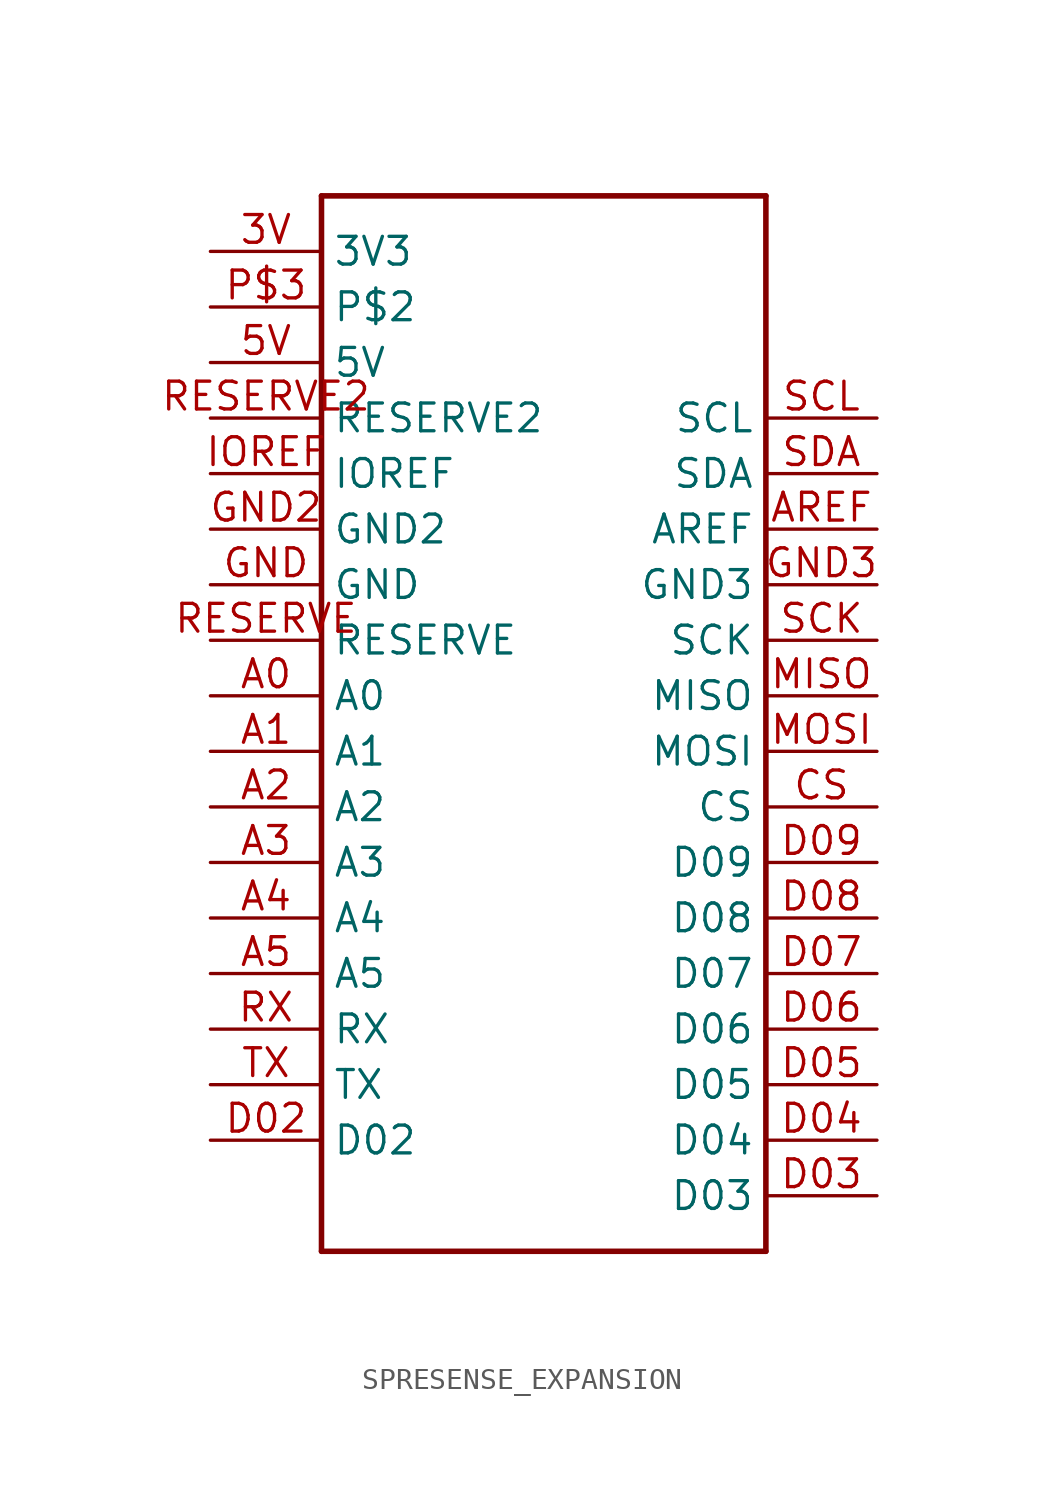
<source format=kicad_sym>
(kicad_symbol_lib
  (version 20211014)
  (generator kicad_symbol_editor)
  (symbol "SPRESENSE_EXPANSION"
    (property "Reference" ""
      (at 0 0 0)
      (effects (font (size 1.27 1.27)) hide))
    (property "ki_locked" ""
      (at 0 0 0)
      (effects (font (size 1.27 1.27))))
    (symbol "SPRESENSE_EXPANSION_1_0"
      (polyline (pts (xy -7.62 -30.48) (xy 12.7 -30.48)) (stroke (width 0.254) (type default) (color 0 0 0 0)) (fill (type none)))
      (polyline (pts (xy -7.62 17.78) (xy -7.62 -30.48)) (stroke (width 0.254) (type default) (color 0 0 0 0)) (fill (type none)))
      (polyline (pts (xy 12.7 -30.48) (xy 12.7 17.78)) (stroke (width 0.254) (type default) (color 0 0 0 0)) (fill (type none)))
      (polyline (pts (xy 12.7 17.78) (xy -7.62 17.78)) (stroke (width 0.254) (type default) (color 0 0 0 0)) (fill (type none)))
      (pin bidirectional line (at -12.7 15.24 0) (length 5.08) (name "3V3" (effects (font (size 1.27 1.27)))) (number "3V" (effects (font (size 1.27 1.27)))))
      (pin bidirectional line (at -12.7 10.16 0) (length 5.08) (name "5V" (effects (font (size 1.27 1.27)))) (number "5V" (effects (font (size 1.27 1.27)))))
      (pin bidirectional line (at -12.7 -5.08 0) (length 5.08) (name "A0" (effects (font (size 1.27 1.27)))) (number "A0" (effects (font (size 1.27 1.27)))))
      (pin bidirectional line (at -12.7 -7.62 0) (length 5.08) (name "A1" (effects (font (size 1.27 1.27)))) (number "A1" (effects (font (size 1.27 1.27)))))
      (pin bidirectional line (at -12.7 -10.16 0) (length 5.08) (name "A2" (effects (font (size 1.27 1.27)))) (number "A2" (effects (font (size 1.27 1.27)))))
      (pin bidirectional line (at -12.7 -12.7 0) (length 5.08) (name "A3" (effects (font (size 1.27 1.27)))) (number "A3" (effects (font (size 1.27 1.27)))))
      (pin bidirectional line (at -12.7 -15.24 0) (length 5.08) (name "A4" (effects (font (size 1.27 1.27)))) (number "A4" (effects (font (size 1.27 1.27)))))
      (pin bidirectional line (at -12.7 -17.78 0) (length 5.08) (name "A5" (effects (font (size 1.27 1.27)))) (number "A5" (effects (font (size 1.27 1.27)))))
      (pin bidirectional line (at 17.78 2.54 180) (length 5.08) (name "AREF" (effects (font (size 1.27 1.27)))) (number "AREF" (effects (font (size 1.27 1.27)))))
      (pin bidirectional line (at 17.78 -10.16 180) (length 5.08) (name "CS" (effects (font (size 1.27 1.27)))) (number "CS" (effects (font (size 1.27 1.27)))))
      (pin bidirectional line (at -12.7 -25.4 0) (length 5.08) (name "D02" (effects (font (size 1.27 1.27)))) (number "D02" (effects (font (size 1.27 1.27)))))
      (pin bidirectional line (at 17.78 -27.94 180) (length 5.08) (name "D03" (effects (font (size 1.27 1.27)))) (number "D03" (effects (font (size 1.27 1.27)))))
      (pin bidirectional line (at 17.78 -25.4 180) (length 5.08) (name "D04" (effects (font (size 1.27 1.27)))) (number "D04" (effects (font (size 1.27 1.27)))))
      (pin bidirectional line (at 17.78 -22.86 180) (length 5.08) (name "D05" (effects (font (size 1.27 1.27)))) (number "D05" (effects (font (size 1.27 1.27)))))
      (pin bidirectional line (at 17.78 -20.32 180) (length 5.08) (name "D06" (effects (font (size 1.27 1.27)))) (number "D06" (effects (font (size 1.27 1.27)))))
      (pin bidirectional line (at 17.78 -17.78 180) (length 5.08) (name "D07" (effects (font (size 1.27 1.27)))) (number "D07" (effects (font (size 1.27 1.27)))))
      (pin bidirectional line (at 17.78 -15.24 180) (length 5.08) (name "D08" (effects (font (size 1.27 1.27)))) (number "D08" (effects (font (size 1.27 1.27)))))
      (pin bidirectional line (at 17.78 -12.7 180) (length 5.08) (name "D09" (effects (font (size 1.27 1.27)))) (number "D09" (effects (font (size 1.27 1.27)))))
      (pin bidirectional line (at -12.7 0 0) (length 5.08) (name "GND" (effects (font (size 1.27 1.27)))) (number "GND" (effects (font (size 1.27 1.27)))))
      (pin bidirectional line (at -12.7 2.54 0) (length 5.08) (name "GND2" (effects (font (size 1.27 1.27)))) (number "GND2" (effects (font (size 1.27 1.27)))))
      (pin bidirectional line (at 17.78 0 180) (length 5.08) (name "GND3" (effects (font (size 1.27 1.27)))) (number "GND3" (effects (font (size 1.27 1.27)))))
      (pin bidirectional line (at -12.7 5.08 0) (length 5.08) (name "IOREF" (effects (font (size 1.27 1.27)))) (number "IOREF" (effects (font (size 1.27 1.27)))))
      (pin bidirectional line (at 17.78 -5.08 180) (length 5.08) (name "MISO" (effects (font (size 1.27 1.27)))) (number "MISO" (effects (font (size 1.27 1.27)))))
      (pin bidirectional line (at 17.78 -7.62 180) (length 5.08) (name "MOSI" (effects (font (size 1.27 1.27)))) (number "MOSI" (effects (font (size 1.27 1.27)))))
      (pin bidirectional line (at -12.7 12.7 0) (length 5.08) (name "P$2" (effects (font (size 1.27 1.27)))) (number "P$3" (effects (font (size 1.27 1.27)))))
      (pin bidirectional line (at -12.7 -2.54 0) (length 5.08) (name "RESERVE" (effects (font (size 1.27 1.27)))) (number "RESERVE" (effects (font (size 1.27 1.27)))))
      (pin bidirectional line (at -12.7 7.62 0) (length 5.08) (name "RESERVE2" (effects (font (size 1.27 1.27)))) (number "RESERVE2" (effects (font (size 1.27 1.27)))))
      (pin bidirectional line (at -12.7 -20.32 0) (length 5.08) (name "RX" (effects (font (size 1.27 1.27)))) (number "RX" (effects (font (size 1.27 1.27)))))
      (pin bidirectional line (at 17.78 -2.54 180) (length 5.08) (name "SCK" (effects (font (size 1.27 1.27)))) (number "SCK" (effects (font (size 1.27 1.27)))))
      (pin bidirectional line (at 17.78 7.62 180) (length 5.08) (name "SCL" (effects (font (size 1.27 1.27)))) (number "SCL" (effects (font (size 1.27 1.27)))))
      (pin bidirectional line (at 17.78 5.08 180) (length 5.08) (name "SDA" (effects (font (size 1.27 1.27)))) (number "SDA" (effects (font (size 1.27 1.27)))))
      (pin bidirectional line (at -12.7 -22.86 0) (length 5.08) (name "TX" (effects (font (size 1.27 1.27)))) (number "TX" (effects (font (size 1.27 1.27))))))))
</source>
